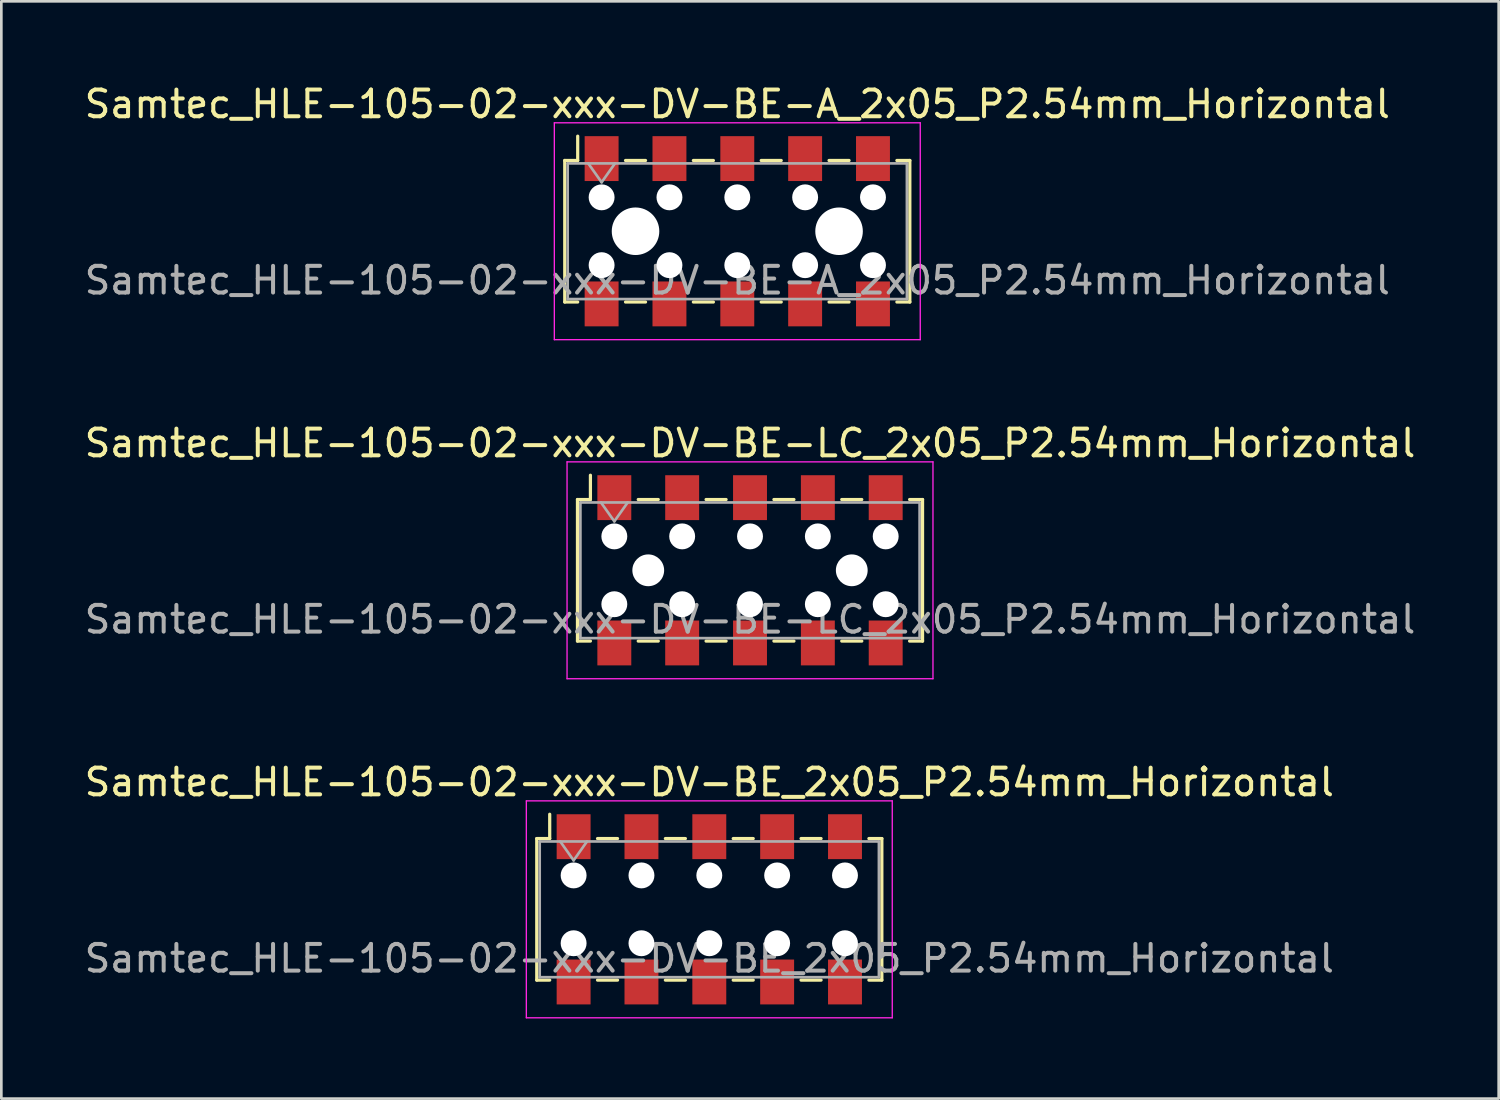
<source format=kicad_pcb>
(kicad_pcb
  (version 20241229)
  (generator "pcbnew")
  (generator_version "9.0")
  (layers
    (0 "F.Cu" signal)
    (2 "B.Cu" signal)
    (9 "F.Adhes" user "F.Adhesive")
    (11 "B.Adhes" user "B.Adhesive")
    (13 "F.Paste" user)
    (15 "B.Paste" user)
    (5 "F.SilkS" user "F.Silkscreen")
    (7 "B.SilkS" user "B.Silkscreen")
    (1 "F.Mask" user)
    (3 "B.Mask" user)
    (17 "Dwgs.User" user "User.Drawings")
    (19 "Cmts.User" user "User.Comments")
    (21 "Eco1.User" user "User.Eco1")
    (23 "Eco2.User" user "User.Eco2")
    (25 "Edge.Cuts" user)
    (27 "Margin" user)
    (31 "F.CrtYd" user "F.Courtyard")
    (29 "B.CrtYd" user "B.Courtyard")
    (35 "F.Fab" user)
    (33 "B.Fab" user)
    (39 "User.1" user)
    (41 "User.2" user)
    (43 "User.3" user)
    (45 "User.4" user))
  (footprint "Samtec_HLE-105-02-xxx-DV-BE_2x05_P2.54mm_Horizontal"
    (layer "F.Cu")
    (at 23.506 30.995)
    (property "Reference" "Samtec_HLE-105-02-xxx-DV-BE_2x05_P2.54mm_Horizontal" (at 0 -4.76 0) (layer "F.SilkS") (effects (font (size 1 1) (thickness 0.15))))
    (attr smd)
    (fp_line (start -6.46 -2.65) (end -6.46 2.65) (stroke (width 0.12) (type solid)) (layer "F.SilkS"))
    (fp_line (start -6.46 2.65) (end -5.975 2.65) (stroke (width 0.12) (type solid)) (layer "F.SilkS"))
    (fp_line (start -5.975 -3.56) (end -5.975 -2.65) (stroke (width 0.12) (type solid)) (layer "F.SilkS"))
    (fp_line (start -5.975 -2.65) (end -6.46 -2.65) (stroke (width 0.12) (type solid)) (layer "F.SilkS"))
    (fp_line (start -4.185 -2.65) (end -3.435 -2.65) (stroke (width 0.12) (type solid)) (layer "F.SilkS"))
    (fp_line (start -4.185 2.65) (end -3.435 2.65) (stroke (width 0.12) (type solid)) (layer "F.SilkS"))
    (fp_line (start -1.645 -2.65) (end -0.895 -2.65) (stroke (width 0.12) (type solid)) (layer "F.SilkS"))
    (fp_line (start -1.645 2.65) (end -0.895 2.65) (stroke (width 0.12) (type solid)) (layer "F.SilkS"))
    (fp_line (start 0.895 -2.65) (end 1.645 -2.65) (stroke (width 0.12) (type solid)) (layer "F.SilkS"))
    (fp_line (start 0.895 2.65) (end 1.645 2.65) (stroke (width 0.12) (type solid)) (layer "F.SilkS"))
    (fp_line (start 3.435 -2.65) (end 4.185 -2.65) (stroke (width 0.12) (type solid)) (layer "F.SilkS"))
    (fp_line (start 3.435 2.65) (end 4.185 2.65) (stroke (width 0.12) (type solid)) (layer "F.SilkS"))
    (fp_line (start 5.975 -2.65) (end 6.46 -2.65) (stroke (width 0.12) (type solid)) (layer "F.SilkS"))
    (fp_line (start 6.46 -2.65) (end 6.46 2.65) (stroke (width 0.12) (type solid)) (layer "F.SilkS"))
    (fp_line (start 6.46 2.65) (end 5.975 2.65) (stroke (width 0.12) (type solid)) (layer "F.SilkS"))
    (fp_line (start -6.85 -4.06) (end 6.85 -4.06) (stroke (width 0.05) (type solid)) (layer "F.CrtYd"))
    (fp_line (start -6.85 4.06) (end -6.85 -4.06) (stroke (width 0.05) (type solid)) (layer "F.CrtYd"))
    (fp_line (start 6.85 -4.06) (end 6.85 4.06) (stroke (width 0.05) (type solid)) (layer "F.CrtYd"))
    (fp_line (start 6.85 4.06) (end -6.85 4.06) (stroke (width 0.05) (type solid)) (layer "F.CrtYd"))
    (fp_line (start -6.35 -2.54) (end 6.35 -2.54) (stroke (width 0.1) (type solid)) (layer "F.Fab"))
    (fp_line (start -6.35 2.54) (end -6.35 -2.54) (stroke (width 0.1) (type solid)) (layer "F.Fab"))
    (fp_line (start -5.58 -2.54) (end -5.08 -1.833) (stroke (width 0.1) (type solid)) (layer "F.Fab"))
    (fp_line (start -5.08 -1.833) (end -4.58 -2.54) (stroke (width 0.1) (type solid)) (layer "F.Fab"))
    (fp_line (start 6.35 -2.54) (end 6.35 2.54) (stroke (width 0.1) (type solid)) (layer "F.Fab"))
    (fp_line (start 6.35 2.54) (end -6.35 2.54) (stroke (width 0.1) (type solid)) (layer "F.Fab"))
    (fp_text user "${REFERENCE}" (at 0 1.84 0) (layer "F.Fab") (effects (font (size 1 1) (thickness 0.15))))
    (pad "" np_thru_hole circle (at -5.08 -1.27) (size 0.97 0.97) (drill 0.97) (layers "*.Cu" "*.Mask"))
    (pad "" np_thru_hole circle (at -5.08 1.27) (size 0.97 0.97) (drill 0.97) (layers "*.Cu" "*.Mask"))
    (pad "" np_thru_hole circle (at -2.54 -1.27) (size 0.97 0.97) (drill 0.97) (layers "*.Cu" "*.Mask"))
    (pad "" np_thru_hole circle (at -2.54 1.27) (size 0.97 0.97) (drill 0.97) (layers "*.Cu" "*.Mask"))
    (pad "" np_thru_hole circle (at 0 -1.27) (size 0.97 0.97) (drill 0.97) (layers "*.Cu" "*.Mask"))
    (pad "" np_thru_hole circle (at 0 1.27) (size 0.97 0.97) (drill 0.97) (layers "*.Cu" "*.Mask"))
    (pad "" np_thru_hole circle (at 2.54 -1.27) (size 0.97 0.97) (drill 0.97) (layers "*.Cu" "*.Mask"))
    (pad "" np_thru_hole circle (at 2.54 1.27) (size 0.97 0.97) (drill 0.97) (layers "*.Cu" "*.Mask"))
    (pad "" np_thru_hole circle (at 5.08 -1.27) (size 0.97 0.97) (drill 0.97) (layers "*.Cu" "*.Mask"))
    (pad "" np_thru_hole circle (at 5.08 1.27) (size 0.97 0.97) (drill 0.97) (layers "*.Cu" "*.Mask"))
    (pad "1" smd rect (at -5.08 -2.72) (size 1.27 1.68) (layers "F.Cu" "F.Mask" "F.Paste"))
    (pad "2" smd rect (at -5.08 2.72) (size 1.27 1.68) (layers "F.Cu" "F.Mask" "F.Paste"))
    (pad "3" smd rect (at -2.54 -2.72) (size 1.27 1.68) (layers "F.Cu" "F.Mask" "F.Paste"))
    (pad "4" smd rect (at -2.54 2.72) (size 1.27 1.68) (layers "F.Cu" "F.Mask" "F.Paste"))
    (pad "5" smd rect (at 0 -2.72) (size 1.27 1.68) (layers "F.Cu" "F.Mask" "F.Paste"))
    (pad "6" smd rect (at 0 2.72) (size 1.27 1.68) (layers "F.Cu" "F.Mask" "F.Paste"))
    (pad "7" smd rect (at 2.54 -2.72) (size 1.27 1.68) (layers "F.Cu" "F.Mask" "F.Paste"))
    (pad "8" smd rect (at 2.54 2.72) (size 1.27 1.68) (layers "F.Cu" "F.Mask" "F.Paste"))
    (pad "9" smd rect (at 5.08 -2.72) (size 1.27 1.68) (layers "F.Cu" "F.Mask" "F.Paste"))
    (pad "10" smd rect (at 5.08 2.72) (size 1.27 1.68) (layers "F.Cu" "F.Mask" "F.Paste")))
  (footprint "Samtec_HLE-105-02-xxx-DV-BE-A_2x05_P2.54mm_Horizontal"
    (layer "F.Cu")
    (at 24.554 5.608)
    (property "Reference" "Samtec_HLE-105-02-xxx-DV-BE-A_2x05_P2.54mm_Horizontal" (at 0 -4.76 0) (layer "F.SilkS") (effects (font (size 1 1) (thickness 0.15))))
    (attr smd)
    (fp_line (start -6.46 -2.65) (end -6.46 2.65) (stroke (width 0.12) (type solid)) (layer "F.SilkS"))
    (fp_line (start -6.46 2.65) (end -5.975 2.65) (stroke (width 0.12) (type solid)) (layer "F.SilkS"))
    (fp_line (start -5.975 -3.56) (end -5.975 -2.65) (stroke (width 0.12) (type solid)) (layer "F.SilkS"))
    (fp_line (start -5.975 -2.65) (end -6.46 -2.65) (stroke (width 0.12) (type solid)) (layer "F.SilkS"))
    (fp_line (start -4.185 -2.65) (end -3.435 -2.65) (stroke (width 0.12) (type solid)) (layer "F.SilkS"))
    (fp_line (start -4.185 2.65) (end -3.435 2.65) (stroke (width 0.12) (type solid)) (layer "F.SilkS"))
    (fp_line (start -1.645 -2.65) (end -0.895 -2.65) (stroke (width 0.12) (type solid)) (layer "F.SilkS"))
    (fp_line (start -1.645 2.65) (end -0.895 2.65) (stroke (width 0.12) (type solid)) (layer "F.SilkS"))
    (fp_line (start 0.895 -2.65) (end 1.645 -2.65) (stroke (width 0.12) (type solid)) (layer "F.SilkS"))
    (fp_line (start 0.895 2.65) (end 1.645 2.65) (stroke (width 0.12) (type solid)) (layer "F.SilkS"))
    (fp_line (start 3.435 -2.65) (end 4.185 -2.65) (stroke (width 0.12) (type solid)) (layer "F.SilkS"))
    (fp_line (start 3.435 2.65) (end 4.185 2.65) (stroke (width 0.12) (type solid)) (layer "F.SilkS"))
    (fp_line (start 5.975 -2.65) (end 6.46 -2.65) (stroke (width 0.12) (type solid)) (layer "F.SilkS"))
    (fp_line (start 6.46 -2.65) (end 6.46 2.65) (stroke (width 0.12) (type solid)) (layer "F.SilkS"))
    (fp_line (start 6.46 2.65) (end 5.975 2.65) (stroke (width 0.12) (type solid)) (layer "F.SilkS"))
    (fp_line (start -6.85 -4.06) (end 6.85 -4.06) (stroke (width 0.05) (type solid)) (layer "F.CrtYd"))
    (fp_line (start -6.85 4.06) (end -6.85 -4.06) (stroke (width 0.05) (type solid)) (layer "F.CrtYd"))
    (fp_line (start 6.85 -4.06) (end 6.85 4.06) (stroke (width 0.05) (type solid)) (layer "F.CrtYd"))
    (fp_line (start 6.85 4.06) (end -6.85 4.06) (stroke (width 0.05) (type solid)) (layer "F.CrtYd"))
    (fp_line (start -6.35 -2.54) (end 6.35 -2.54) (stroke (width 0.1) (type solid)) (layer "F.Fab"))
    (fp_line (start -6.35 2.54) (end -6.35 -2.54) (stroke (width 0.1) (type solid)) (layer "F.Fab"))
    (fp_line (start -5.58 -2.54) (end -5.08 -1.833) (stroke (width 0.1) (type solid)) (layer "F.Fab"))
    (fp_line (start -5.08 -1.833) (end -4.58 -2.54) (stroke (width 0.1) (type solid)) (layer "F.Fab"))
    (fp_line (start 6.35 -2.54) (end 6.35 2.54) (stroke (width 0.1) (type solid)) (layer "F.Fab"))
    (fp_line (start 6.35 2.54) (end -6.35 2.54) (stroke (width 0.1) (type solid)) (layer "F.Fab"))
    (fp_text user "${REFERENCE}" (at 0 1.84 0) (layer "F.Fab") (effects (font (size 1 1) (thickness 0.15))))
    (pad "" np_thru_hole circle (at -5.08 -1.27) (size 0.97 0.97) (drill 0.97) (layers "*.Cu" "*.Mask"))
    (pad "" np_thru_hole circle (at -5.08 1.27) (size 0.97 0.97) (drill 0.97) (layers "*.Cu" "*.Mask"))
    (pad "" np_thru_hole circle (at -3.81 0) (size 1.78 1.78) (drill 1.78) (layers "*.Cu" "*.Mask"))
    (pad "" np_thru_hole circle (at -2.54 -1.27) (size 0.97 0.97) (drill 0.97) (layers "*.Cu" "*.Mask"))
    (pad "" np_thru_hole circle (at -2.54 1.27) (size 0.97 0.97) (drill 0.97) (layers "*.Cu" "*.Mask"))
    (pad "" np_thru_hole circle (at 0 -1.27) (size 0.97 0.97) (drill 0.97) (layers "*.Cu" "*.Mask"))
    (pad "" np_thru_hole circle (at 0 1.27) (size 0.97 0.97) (drill 0.97) (layers "*.Cu" "*.Mask"))
    (pad "" np_thru_hole circle (at 2.54 -1.27) (size 0.97 0.97) (drill 0.97) (layers "*.Cu" "*.Mask"))
    (pad "" np_thru_hole circle (at 2.54 1.27) (size 0.97 0.97) (drill 0.97) (layers "*.Cu" "*.Mask"))
    (pad "" np_thru_hole circle (at 3.81 0) (size 1.78 1.78) (drill 1.78) (layers "*.Cu" "*.Mask"))
    (pad "" np_thru_hole circle (at 5.08 -1.27) (size 0.97 0.97) (drill 0.97) (layers "*.Cu" "*.Mask"))
    (pad "" np_thru_hole circle (at 5.08 1.27) (size 0.97 0.97) (drill 0.97) (layers "*.Cu" "*.Mask"))
    (pad "1" smd rect (at -5.08 -2.72) (size 1.27 1.68) (layers "F.Cu" "F.Mask" "F.Paste"))
    (pad "2" smd rect (at -5.08 2.72) (size 1.27 1.68) (layers "F.Cu" "F.Mask" "F.Paste"))
    (pad "3" smd rect (at -2.54 -2.72) (size 1.27 1.68) (layers "F.Cu" "F.Mask" "F.Paste"))
    (pad "4" smd rect (at -2.54 2.72) (size 1.27 1.68) (layers "F.Cu" "F.Mask" "F.Paste"))
    (pad "5" smd rect (at 0 -2.72) (size 1.27 1.68) (layers "F.Cu" "F.Mask" "F.Paste"))
    (pad "6" smd rect (at 0 2.72) (size 1.27 1.68) (layers "F.Cu" "F.Mask" "F.Paste"))
    (pad "7" smd rect (at 2.54 -2.72) (size 1.27 1.68) (layers "F.Cu" "F.Mask" "F.Paste"))
    (pad "8" smd rect (at 2.54 2.72) (size 1.27 1.68) (layers "F.Cu" "F.Mask" "F.Paste"))
    (pad "9" smd rect (at 5.08 -2.72) (size 1.27 1.68) (layers "F.Cu" "F.Mask" "F.Paste"))
    (pad "10" smd rect (at 5.08 2.72) (size 1.27 1.68) (layers "F.Cu" "F.Mask" "F.Paste")))
  (footprint "Samtec_HLE-105-02-xxx-DV-BE-LC_2x05_P2.54mm_Horizontal"
    (layer "F.Cu")
    (at 25.03 18.302)
    (property "Reference" "Samtec_HLE-105-02-xxx-DV-BE-LC_2x05_P2.54mm_Horizontal" (at 0 -4.76 0) (layer "F.SilkS") (effects (font (size 1 1) (thickness 0.15))))
    (attr smd)
    (fp_line (start -6.46 -2.65) (end -6.46 2.65) (stroke (width 0.12) (type solid)) (layer "F.SilkS"))
    (fp_line (start -6.46 2.65) (end -5.975 2.65) (stroke (width 0.12) (type solid)) (layer "F.SilkS"))
    (fp_line (start -5.975 -3.56) (end -5.975 -2.65) (stroke (width 0.12) (type solid)) (layer "F.SilkS"))
    (fp_line (start -5.975 -2.65) (end -6.46 -2.65) (stroke (width 0.12) (type solid)) (layer "F.SilkS"))
    (fp_line (start -4.185 -2.65) (end -3.435 -2.65) (stroke (width 0.12) (type solid)) (layer "F.SilkS"))
    (fp_line (start -4.185 2.65) (end -3.435 2.65) (stroke (width 0.12) (type solid)) (layer "F.SilkS"))
    (fp_line (start -1.645 -2.65) (end -0.895 -2.65) (stroke (width 0.12) (type solid)) (layer "F.SilkS"))
    (fp_line (start -1.645 2.65) (end -0.895 2.65) (stroke (width 0.12) (type solid)) (layer "F.SilkS"))
    (fp_line (start 0.895 -2.65) (end 1.645 -2.65) (stroke (width 0.12) (type solid)) (layer "F.SilkS"))
    (fp_line (start 0.895 2.65) (end 1.645 2.65) (stroke (width 0.12) (type solid)) (layer "F.SilkS"))
    (fp_line (start 3.435 -2.65) (end 4.185 -2.65) (stroke (width 0.12) (type solid)) (layer "F.SilkS"))
    (fp_line (start 3.435 2.65) (end 4.185 2.65) (stroke (width 0.12) (type solid)) (layer "F.SilkS"))
    (fp_line (start 5.975 -2.65) (end 6.46 -2.65) (stroke (width 0.12) (type solid)) (layer "F.SilkS"))
    (fp_line (start 6.46 -2.65) (end 6.46 2.65) (stroke (width 0.12) (type solid)) (layer "F.SilkS"))
    (fp_line (start 6.46 2.65) (end 5.975 2.65) (stroke (width 0.12) (type solid)) (layer "F.SilkS"))
    (fp_line (start -6.85 -4.06) (end 6.85 -4.06) (stroke (width 0.05) (type solid)) (layer "F.CrtYd"))
    (fp_line (start -6.85 4.06) (end -6.85 -4.06) (stroke (width 0.05) (type solid)) (layer "F.CrtYd"))
    (fp_line (start 6.85 -4.06) (end 6.85 4.06) (stroke (width 0.05) (type solid)) (layer "F.CrtYd"))
    (fp_line (start 6.85 4.06) (end -6.85 4.06) (stroke (width 0.05) (type solid)) (layer "F.CrtYd"))
    (fp_line (start -6.35 -2.54) (end 6.35 -2.54) (stroke (width 0.1) (type solid)) (layer "F.Fab"))
    (fp_line (start -6.35 2.54) (end -6.35 -2.54) (stroke (width 0.1) (type solid)) (layer "F.Fab"))
    (fp_line (start -5.58 -2.54) (end -5.08 -1.833) (stroke (width 0.1) (type solid)) (layer "F.Fab"))
    (fp_line (start -5.08 -1.833) (end -4.58 -2.54) (stroke (width 0.1) (type solid)) (layer "F.Fab"))
    (fp_line (start 6.35 -2.54) (end 6.35 2.54) (stroke (width 0.1) (type solid)) (layer "F.Fab"))
    (fp_line (start 6.35 2.54) (end -6.35 2.54) (stroke (width 0.1) (type solid)) (layer "F.Fab"))
    (fp_text user "${REFERENCE}" (at 0 1.84 0) (layer "F.Fab") (effects (font (size 1 1) (thickness 0.15))))
    (pad "" np_thru_hole circle (at -5.08 -1.27) (size 0.97 0.97) (drill 0.97) (layers "*.Cu" "*.Mask"))
    (pad "" np_thru_hole circle (at -5.08 1.27) (size 0.97 0.97) (drill 0.97) (layers "*.Cu" "*.Mask"))
    (pad "" np_thru_hole circle (at -3.81 0) (size 1.19 1.19) (drill 1.19) (layers "*.Cu" "*.Mask"))
    (pad "" np_thru_hole circle (at -2.54 -1.27) (size 0.97 0.97) (drill 0.97) (layers "*.Cu" "*.Mask"))
    (pad "" np_thru_hole circle (at -2.54 1.27) (size 0.97 0.97) (drill 0.97) (layers "*.Cu" "*.Mask"))
    (pad "" np_thru_hole circle (at 0 -1.27) (size 0.97 0.97) (drill 0.97) (layers "*.Cu" "*.Mask"))
    (pad "" np_thru_hole circle (at 0 1.27) (size 0.97 0.97) (drill 0.97) (layers "*.Cu" "*.Mask"))
    (pad "" np_thru_hole circle (at 2.54 -1.27) (size 0.97 0.97) (drill 0.97) (layers "*.Cu" "*.Mask"))
    (pad "" np_thru_hole circle (at 2.54 1.27) (size 0.97 0.97) (drill 0.97) (layers "*.Cu" "*.Mask"))
    (pad "" np_thru_hole circle (at 3.81 0) (size 1.19 1.19) (drill 1.19) (layers "*.Cu" "*.Mask"))
    (pad "" np_thru_hole circle (at 5.08 -1.27) (size 0.97 0.97) (drill 0.97) (layers "*.Cu" "*.Mask"))
    (pad "" np_thru_hole circle (at 5.08 1.27) (size 0.97 0.97) (drill 0.97) (layers "*.Cu" "*.Mask"))
    (pad "1" smd rect (at -5.08 -2.72) (size 1.27 1.68) (layers "F.Cu" "F.Mask" "F.Paste"))
    (pad "2" smd rect (at -5.08 2.72) (size 1.27 1.68) (layers "F.Cu" "F.Mask" "F.Paste"))
    (pad "3" smd rect (at -2.54 -2.72) (size 1.27 1.68) (layers "F.Cu" "F.Mask" "F.Paste"))
    (pad "4" smd rect (at -2.54 2.72) (size 1.27 1.68) (layers "F.Cu" "F.Mask" "F.Paste"))
    (pad "5" smd rect (at 0 -2.72) (size 1.27 1.68) (layers "F.Cu" "F.Mask" "F.Paste"))
    (pad "6" smd rect (at 0 2.72) (size 1.27 1.68) (layers "F.Cu" "F.Mask" "F.Paste"))
    (pad "7" smd rect (at 2.54 -2.72) (size 1.27 1.68) (layers "F.Cu" "F.Mask" "F.Paste"))
    (pad "8" smd rect (at 2.54 2.72) (size 1.27 1.68) (layers "F.Cu" "F.Mask" "F.Paste"))
    (pad "9" smd rect (at 5.08 -2.72) (size 1.27 1.68) (layers "F.Cu" "F.Mask" "F.Paste"))
    (pad "10" smd rect (at 5.08 2.72) (size 1.27 1.68) (layers "F.Cu" "F.Mask" "F.Paste")))
  (gr_rect
    (start -3 -3)
    (end 53.06 38.08)
    (stroke (width 0.1) (type default))
    (fill no)
    (layer "Edge.Cuts")))
</source>
